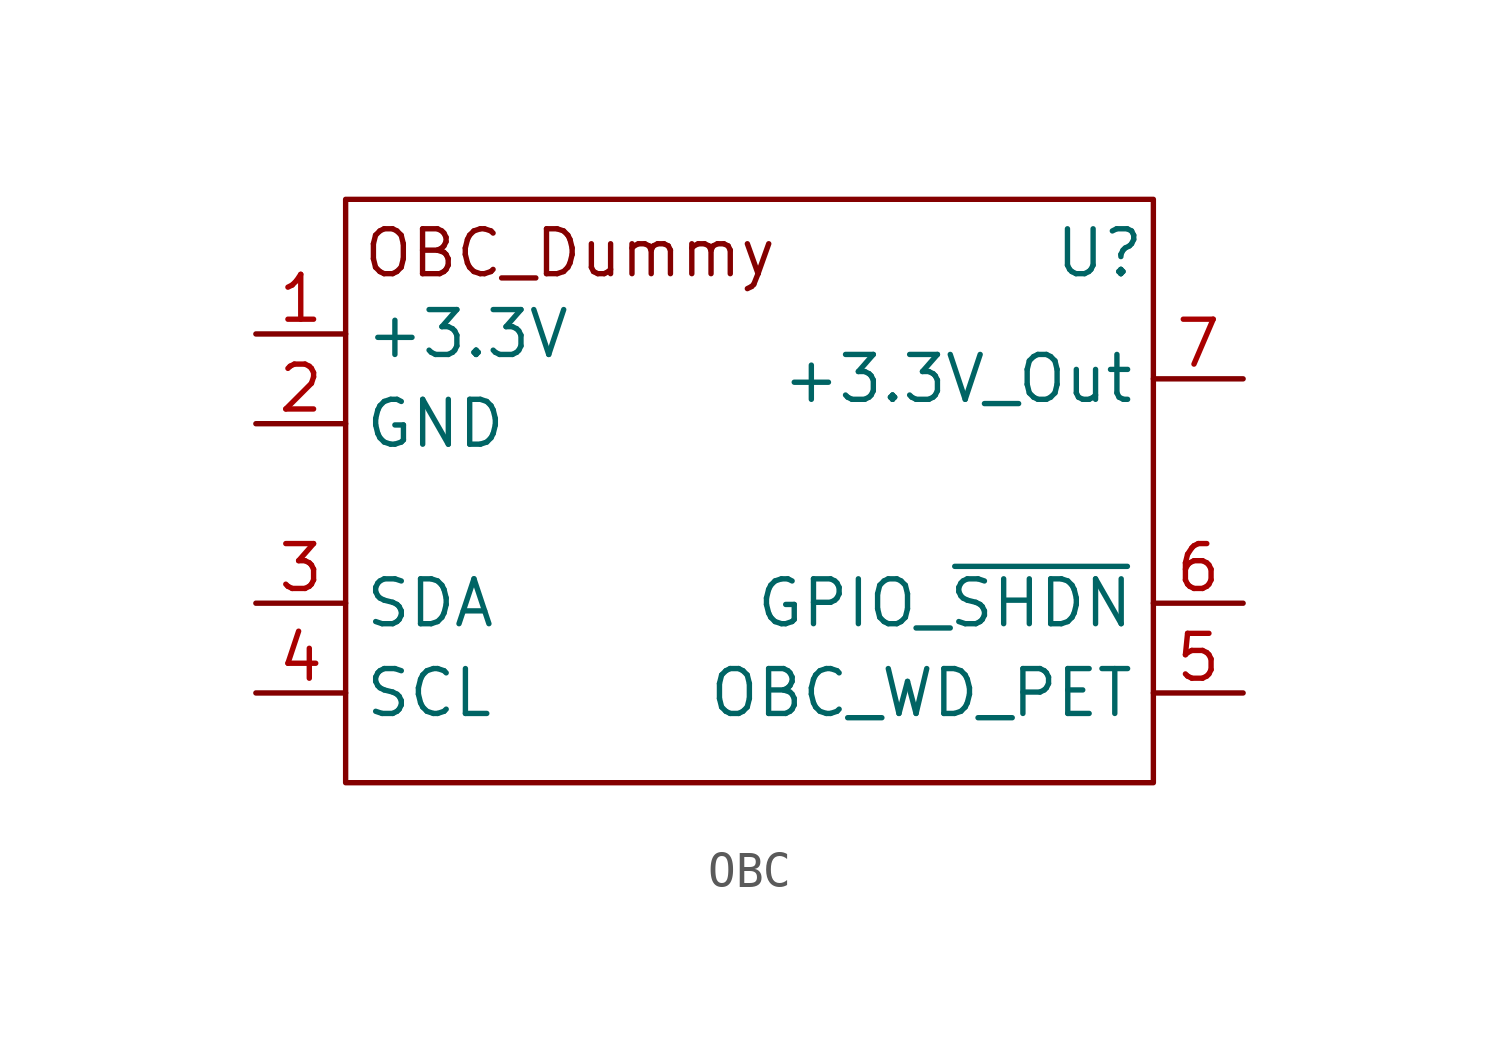
<source format=kicad_sym>
(kicad_symbol_lib
  (version 20241209)
  (generator "kicad_symbol_editor")
  (generator_version "9.0")
  (symbol "OBC"
    (property "Reference" "U"
      (at 7.366 7.366 0)
      (effects (font (size 1.27 1.27))))
    (property "Value" ""
      (at 0 0 0)
      (effects (font (size 1.27 1.27))))
    (symbol "OBC_0_1"
      (rectangle (start -13.97 8.89) (end 8.89 -7.62) (stroke (width 0) (type default)) (fill (type none))))
    (symbol "OBC_1_1"
      (text "OBC_Dummy" (at -7.62 7.366 0) (effects (font (size 1.27 1.27))))
      (pin passive line (at -16.51 5.08 0) (length 2.54) (name "+3.3V" (effects (font (size 1.27 1.27)))) (number "1" (effects (font (size 1.27 1.27)))))
      (pin power_in line (at -16.51 2.54 0) (length 2.54) (name "GND" (effects (font (size 1.27 1.27)))) (number "2" (effects (font (size 1.27 1.27)))))
      (pin bidirectional line (at -16.51 -2.54 0) (length 2.54) (name "SDA" (effects (font (size 1.27 1.27)))) (number "3" (effects (font (size 1.27 1.27)))))
      (pin bidirectional line (at -16.51 -5.08 0) (length 2.54) (name "SCL" (effects (font (size 1.27 1.27)))) (number "4" (effects (font (size 1.27 1.27)))))
      (pin power_out line (at 11.43 3.81 180) (length 2.54) (name "+3.3V_Out" (effects (font (size 1.27 1.27)))) (number "7" (effects (font (size 1.27 1.27)))))
      (pin output line (at 11.43 -2.54 180) (length 2.54) (name "GPIO_~{SHDN}" (effects (font (size 1.27 1.27)))) (number "6" (effects (font (size 1.27 1.27)))))
      (pin output line (at 11.43 -5.08 180) (length 2.54) (name "OBC_WD_PET" (effects (font (size 1.27 1.27)))) (number "5" (effects (font (size 1.27 1.27))))))))
</source>
